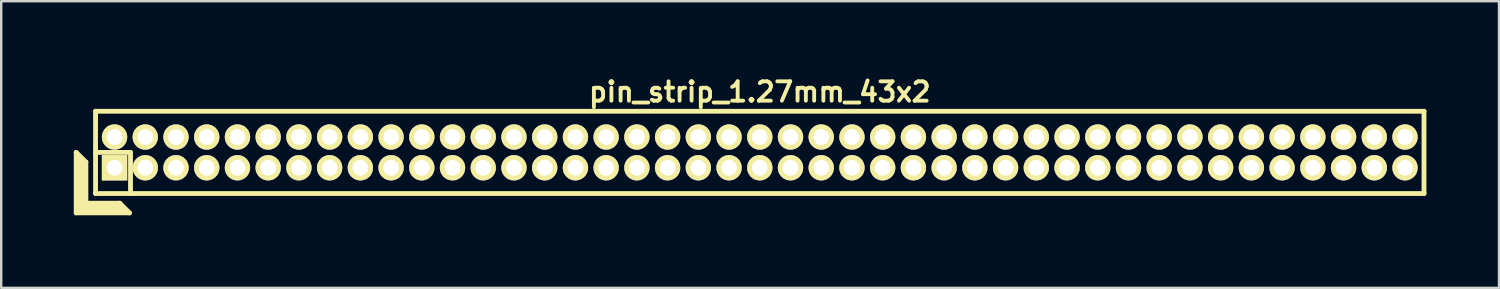
<source format=kicad_pcb>
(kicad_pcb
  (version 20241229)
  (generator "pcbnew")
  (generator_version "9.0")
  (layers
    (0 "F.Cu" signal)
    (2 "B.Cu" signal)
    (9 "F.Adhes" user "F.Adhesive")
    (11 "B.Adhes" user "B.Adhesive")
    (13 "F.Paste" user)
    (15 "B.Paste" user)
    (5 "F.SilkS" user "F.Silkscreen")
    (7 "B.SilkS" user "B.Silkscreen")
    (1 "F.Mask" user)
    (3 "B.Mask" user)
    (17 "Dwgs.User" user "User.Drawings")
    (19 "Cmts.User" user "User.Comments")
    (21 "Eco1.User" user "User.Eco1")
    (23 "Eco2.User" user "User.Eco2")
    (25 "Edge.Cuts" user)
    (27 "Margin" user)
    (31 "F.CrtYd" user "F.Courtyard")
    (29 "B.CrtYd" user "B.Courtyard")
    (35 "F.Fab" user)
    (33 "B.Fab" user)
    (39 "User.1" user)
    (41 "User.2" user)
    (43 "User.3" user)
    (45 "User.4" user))
  (footprint "pin_strip_1.27mm_43x2"
    (layer "F.Cu")
    (at 28.355 3.249)
    (property "Reference" "pin_strip_1.27mm_43x2" (at 0 -2.5 0) (layer "F.SilkS") (effects (font (size 0.8 0.8) (thickness 0.16))))
    (attr through_hole)
    (fp_line (start -28.255 0) (end -28.255 2.5) (stroke (width 0.2) (type solid)) (layer "F.SilkS"))
    (fp_line (start -28.255 0) (end -27.855 0.4) (stroke (width 0.2) (type solid)) (layer "F.SilkS"))
    (fp_line (start -28.255 2.5) (end -26.055 2.5) (stroke (width 0.2) (type solid)) (layer "F.SilkS"))
    (fp_line (start -28.155 2.4) (end -28.155 0.2) (stroke (width 0.2) (type solid)) (layer "F.SilkS"))
    (fp_line (start -28.155 2.4) (end -26.255 2.4) (stroke (width 0.2) (type solid)) (layer "F.SilkS"))
    (fp_line (start -28.055 2.3) (end -28.055 0.3) (stroke (width 0.2) (type solid)) (layer "F.SilkS"))
    (fp_line (start -28.055 2.3) (end -26.355 2.3) (stroke (width 0.2) (type solid)) (layer "F.SilkS"))
    (fp_line (start -27.955 2.2) (end -27.955 0.4) (stroke (width 0.2) (type solid)) (layer "F.SilkS"))
    (fp_line (start -27.955 2.2) (end -26.455 2.2) (stroke (width 0.2) (type solid)) (layer "F.SilkS"))
    (fp_line (start -27.855 2.1) (end -27.855 0.4) (stroke (width 0.2) (type solid)) (layer "F.SilkS"))
    (fp_line (start -27.855 2.1) (end -26.455 2.1) (stroke (width 0.2) (type solid)) (layer "F.SilkS"))
    (fp_line (start -27.46 0) (end -26.01 0) (stroke (width 0.2) (type solid)) (layer "F.SilkS"))
    (fp_line (start -27.455 -1.7) (end 27.455 -1.7) (stroke (width 0.2) (type solid)) (layer "F.SilkS"))
    (fp_line (start -27.455 1.7) (end -27.455 -1.7) (stroke (width 0.2) (type solid)) (layer "F.SilkS"))
    (fp_line (start -26.455 2.1) (end -26.055 2.5) (stroke (width 0.2) (type solid)) (layer "F.SilkS"))
    (fp_line (start -26.01 0) (end -26.01 1.7) (stroke (width 0.2) (type solid)) (layer "F.SilkS"))
    (fp_line (start 27.455 -1.7) (end 27.455 1.7) (stroke (width 0.2) (type solid)) (layer "F.SilkS"))
    (fp_line (start 27.455 1.7) (end -27.455 1.7) (stroke (width 0.2) (type solid)) (layer "F.SilkS"))
    (pad "1" thru_hole rect (at -26.67 0.635) (size 1.05 1.05) (drill 0.65) (layers "*.Cu" "*.Mask" "F.SilkS"))
    (pad "2" thru_hole oval (at -26.67 -0.635) (size 1.05 1.05) (drill 0.65) (layers "*.Cu" "*.Mask" "F.SilkS"))
    (pad "3" thru_hole oval (at -25.4 0.635) (size 1.05 1.05) (drill 0.65) (layers "*.Cu" "*.Mask" "F.SilkS"))
    (pad "4" thru_hole oval (at -25.4 -0.635) (size 1.05 1.05) (drill 0.65) (layers "*.Cu" "*.Mask" "F.SilkS"))
    (pad "5" thru_hole oval (at -24.13 0.635) (size 1.05 1.05) (drill 0.65) (layers "*.Cu" "*.Mask" "F.SilkS"))
    (pad "6" thru_hole oval (at -24.13 -0.635) (size 1.05 1.05) (drill 0.65) (layers "*.Cu" "*.Mask" "F.SilkS"))
    (pad "7" thru_hole oval (at -22.86 0.635) (size 1.05 1.05) (drill 0.65) (layers "*.Cu" "*.Mask" "F.SilkS"))
    (pad "8" thru_hole oval (at -22.86 -0.635) (size 1.05 1.05) (drill 0.65) (layers "*.Cu" "*.Mask" "F.SilkS"))
    (pad "9" thru_hole oval (at -21.59 0.635) (size 1.05 1.05) (drill 0.65) (layers "*.Cu" "*.Mask" "F.SilkS"))
    (pad "10" thru_hole oval (at -21.59 -0.635) (size 1.05 1.05) (drill 0.65) (layers "*.Cu" "*.Mask" "F.SilkS"))
    (pad "11" thru_hole oval (at -20.32 0.635) (size 1.05 1.05) (drill 0.65) (layers "*.Cu" "*.Mask" "F.SilkS"))
    (pad "12" thru_hole oval (at -20.32 -0.635) (size 1.05 1.05) (drill 0.65) (layers "*.Cu" "*.Mask" "F.SilkS"))
    (pad "13" thru_hole oval (at -19.05 0.635) (size 1.05 1.05) (drill 0.65) (layers "*.Cu" "*.Mask" "F.SilkS"))
    (pad "14" thru_hole oval (at -19.05 -0.635) (size 1.05 1.05) (drill 0.65) (layers "*.Cu" "*.Mask" "F.SilkS"))
    (pad "15" thru_hole oval (at -17.78 0.635) (size 1.05 1.05) (drill 0.65) (layers "*.Cu" "*.Mask" "F.SilkS"))
    (pad "16" thru_hole oval (at -17.78 -0.635) (size 1.05 1.05) (drill 0.65) (layers "*.Cu" "*.Mask" "F.SilkS"))
    (pad "17" thru_hole oval (at -16.51 0.635) (size 1.05 1.05) (drill 0.65) (layers "*.Cu" "*.Mask" "F.SilkS"))
    (pad "18" thru_hole oval (at -16.51 -0.635) (size 1.05 1.05) (drill 0.65) (layers "*.Cu" "*.Mask" "F.SilkS"))
    (pad "19" thru_hole oval (at -15.24 0.635) (size 1.05 1.05) (drill 0.65) (layers "*.Cu" "*.Mask" "F.SilkS"))
    (pad "20" thru_hole oval (at -15.24 -0.635) (size 1.05 1.05) (drill 0.65) (layers "*.Cu" "*.Mask" "F.SilkS"))
    (pad "21" thru_hole oval (at -13.97 0.635) (size 1.05 1.05) (drill 0.65) (layers "*.Cu" "*.Mask" "F.SilkS"))
    (pad "22" thru_hole oval (at -13.97 -0.635) (size 1.05 1.05) (drill 0.65) (layers "*.Cu" "*.Mask" "F.SilkS"))
    (pad "23" thru_hole oval (at -12.7 0.635) (size 1.05 1.05) (drill 0.65) (layers "*.Cu" "*.Mask" "F.SilkS"))
    (pad "24" thru_hole oval (at -12.7 -0.635) (size 1.05 1.05) (drill 0.65) (layers "*.Cu" "*.Mask" "F.SilkS"))
    (pad "25" thru_hole oval (at -11.43 0.635) (size 1.05 1.05) (drill 0.65) (layers "*.Cu" "*.Mask" "F.SilkS"))
    (pad "26" thru_hole oval (at -11.43 -0.635) (size 1.05 1.05) (drill 0.65) (layers "*.Cu" "*.Mask" "F.SilkS"))
    (pad "27" thru_hole oval (at -10.16 0.635) (size 1.05 1.05) (drill 0.65) (layers "*.Cu" "*.Mask" "F.SilkS"))
    (pad "28" thru_hole oval (at -10.16 -0.635) (size 1.05 1.05) (drill 0.65) (layers "*.Cu" "*.Mask" "F.SilkS"))
    (pad "29" thru_hole oval (at -8.89 0.635) (size 1.05 1.05) (drill 0.65) (layers "*.Cu" "*.Mask" "F.SilkS"))
    (pad "30" thru_hole oval (at -8.89 -0.635) (size 1.05 1.05) (drill 0.65) (layers "*.Cu" "*.Mask" "F.SilkS"))
    (pad "31" thru_hole oval (at -7.62 0.635) (size 1.05 1.05) (drill 0.65) (layers "*.Cu" "*.Mask" "F.SilkS"))
    (pad "32" thru_hole oval (at -7.62 -0.635) (size 1.05 1.05) (drill 0.65) (layers "*.Cu" "*.Mask" "F.SilkS"))
    (pad "33" thru_hole oval (at -6.35 0.635) (size 1.05 1.05) (drill 0.65) (layers "*.Cu" "*.Mask" "F.SilkS"))
    (pad "34" thru_hole oval (at -6.35 -0.635) (size 1.05 1.05) (drill 0.65) (layers "*.Cu" "*.Mask" "F.SilkS"))
    (pad "35" thru_hole oval (at -5.08 0.635) (size 1.05 1.05) (drill 0.65) (layers "*.Cu" "*.Mask" "F.SilkS"))
    (pad "36" thru_hole oval (at -5.08 -0.635) (size 1.05 1.05) (drill 0.65) (layers "*.Cu" "*.Mask" "F.SilkS"))
    (pad "37" thru_hole oval (at -3.81 0.635) (size 1.05 1.05) (drill 0.65) (layers "*.Cu" "*.Mask" "F.SilkS"))
    (pad "38" thru_hole oval (at -3.81 -0.635) (size 1.05 1.05) (drill 0.65) (layers "*.Cu" "*.Mask" "F.SilkS"))
    (pad "39" thru_hole oval (at -2.54 0.635) (size 1.05 1.05) (drill 0.65) (layers "*.Cu" "*.Mask" "F.SilkS"))
    (pad "40" thru_hole oval (at -2.54 -0.635) (size 1.05 1.05) (drill 0.65) (layers "*.Cu" "*.Mask" "F.SilkS"))
    (pad "41" thru_hole oval (at -1.27 0.635) (size 1.05 1.05) (drill 0.65) (layers "*.Cu" "*.Mask" "F.SilkS"))
    (pad "42" thru_hole oval (at -1.27 -0.635) (size 1.05 1.05) (drill 0.65) (layers "*.Cu" "*.Mask" "F.SilkS"))
    (pad "43" thru_hole oval (at 0 0.635) (size 1.05 1.05) (drill 0.65) (layers "*.Cu" "*.Mask" "F.SilkS"))
    (pad "44" thru_hole oval (at 0 -0.635) (size 1.05 1.05) (drill 0.65) (layers "*.Cu" "*.Mask" "F.SilkS"))
    (pad "45" thru_hole oval (at 1.27 0.635) (size 1.05 1.05) (drill 0.65) (layers "*.Cu" "*.Mask" "F.SilkS"))
    (pad "46" thru_hole oval (at 1.27 -0.635) (size 1.05 1.05) (drill 0.65) (layers "*.Cu" "*.Mask" "F.SilkS"))
    (pad "47" thru_hole oval (at 2.54 0.635) (size 1.05 1.05) (drill 0.65) (layers "*.Cu" "*.Mask" "F.SilkS"))
    (pad "48" thru_hole oval (at 2.54 -0.635) (size 1.05 1.05) (drill 0.65) (layers "*.Cu" "*.Mask" "F.SilkS"))
    (pad "49" thru_hole oval (at 3.81 0.635) (size 1.05 1.05) (drill 0.65) (layers "*.Cu" "*.Mask" "F.SilkS"))
    (pad "50" thru_hole oval (at 3.81 -0.635) (size 1.05 1.05) (drill 0.65) (layers "*.Cu" "*.Mask" "F.SilkS"))
    (pad "51" thru_hole circle (at 5.08 0.635) (size 1.05 1.05) (drill 0.65) (layers "*.Cu" "*.Mask" "F.SilkS"))
    (pad "52" thru_hole oval (at 5.08 -0.635) (size 1.05 1.05) (drill 0.65) (layers "*.Cu" "*.Mask" "F.SilkS"))
    (pad "53" thru_hole oval (at 6.35 0.635) (size 1.05 1.05) (drill 0.65) (layers "*.Cu" "*.Mask" "F.SilkS"))
    (pad "54" thru_hole oval (at 6.35 -0.635) (size 1.05 1.05) (drill 0.65) (layers "*.Cu" "*.Mask" "F.SilkS"))
    (pad "55" thru_hole oval (at 7.62 0.635) (size 1.05 1.05) (drill 0.65) (layers "*.Cu" "*.Mask" "F.SilkS"))
    (pad "56" thru_hole oval (at 7.62 -0.635) (size 1.05 1.05) (drill 0.65) (layers "*.Cu" "*.Mask" "F.SilkS"))
    (pad "57" thru_hole oval (at 8.89 0.635) (size 1.05 1.05) (drill 0.65) (layers "*.Cu" "*.Mask" "F.SilkS"))
    (pad "58" thru_hole oval (at 8.89 -0.635) (size 1.05 1.05) (drill 0.65) (layers "*.Cu" "*.Mask" "F.SilkS"))
    (pad "59" thru_hole oval (at 10.16 0.635) (size 1.05 1.05) (drill 0.65) (layers "*.Cu" "*.Mask" "F.SilkS"))
    (pad "60" thru_hole oval (at 10.16 -0.635) (size 1.05 1.05) (drill 0.65) (layers "*.Cu" "*.Mask" "F.SilkS"))
    (pad "61" thru_hole oval (at 11.43 0.635) (size 1.05 1.05) (drill 0.65) (layers "*.Cu" "*.Mask" "F.SilkS"))
    (pad "62" thru_hole oval (at 11.43 -0.635) (size 1.05 1.05) (drill 0.65) (layers "*.Cu" "*.Mask" "F.SilkS"))
    (pad "63" thru_hole oval (at 12.7 0.635) (size 1.05 1.05) (drill 0.65) (layers "*.Cu" "*.Mask" "F.SilkS"))
    (pad "64" thru_hole oval (at 12.7 -0.635) (size 1.05 1.05) (drill 0.65) (layers "*.Cu" "*.Mask" "F.SilkS"))
    (pad "65" thru_hole oval (at 13.97 0.635) (size 1.05 1.05) (drill 0.65) (layers "*.Cu" "*.Mask" "F.SilkS"))
    (pad "66" thru_hole oval (at 13.97 -0.635) (size 1.05 1.05) (drill 0.65) (layers "*.Cu" "*.Mask" "F.SilkS"))
    (pad "67" thru_hole oval (at 15.24 0.635) (size 1.05 1.05) (drill 0.65) (layers "*.Cu" "*.Mask" "F.SilkS"))
    (pad "68" thru_hole oval (at 15.24 -0.635) (size 1.05 1.05) (drill 0.65) (layers "*.Cu" "*.Mask" "F.SilkS"))
    (pad "69" thru_hole oval (at 16.51 0.635) (size 1.05 1.05) (drill 0.65) (layers "*.Cu" "*.Mask" "F.SilkS"))
    (pad "70" thru_hole oval (at 16.51 -0.635) (size 1.05 1.05) (drill 0.65) (layers "*.Cu" "*.Mask" "F.SilkS"))
    (pad "71" thru_hole oval (at 17.78 0.635) (size 1.05 1.05) (drill 0.65) (layers "*.Cu" "*.Mask" "F.SilkS"))
    (pad "72" thru_hole oval (at 17.78 -0.635) (size 1.05 1.05) (drill 0.65) (layers "*.Cu" "*.Mask" "F.SilkS"))
    (pad "73" thru_hole oval (at 19.05 0.635) (size 1.05 1.05) (drill 0.65) (layers "*.Cu" "*.Mask" "F.SilkS"))
    (pad "74" thru_hole oval (at 19.05 -0.635) (size 1.05 1.05) (drill 0.65) (layers "*.Cu" "*.Mask" "F.SilkS"))
    (pad "75" thru_hole oval (at 20.32 0.635) (size 1.05 1.05) (drill 0.65) (layers "*.Cu" "*.Mask" "F.SilkS"))
    (pad "76" thru_hole oval (at 20.32 -0.635) (size 1.05 1.05) (drill 0.65) (layers "*.Cu" "*.Mask" "F.SilkS"))
    (pad "77" thru_hole oval (at 21.59 0.635) (size 1.05 1.05) (drill 0.65) (layers "*.Cu" "*.Mask" "F.SilkS"))
    (pad "78" thru_hole oval (at 21.59 -0.635) (size 1.05 1.05) (drill 0.65) (layers "*.Cu" "*.Mask" "F.SilkS"))
    (pad "79" thru_hole oval (at 22.86 0.635) (size 1.05 1.05) (drill 0.65) (layers "*.Cu" "*.Mask" "F.SilkS"))
    (pad "80" thru_hole oval (at 22.86 -0.635) (size 1.05 1.05) (drill 0.65) (layers "*.Cu" "*.Mask" "F.SilkS"))
    (pad "81" thru_hole oval (at 24.13 0.635) (size 1.05 1.05) (drill 0.65) (layers "*.Cu" "*.Mask" "F.SilkS"))
    (pad "82" thru_hole oval (at 24.13 -0.635) (size 1.05 1.05) (drill 0.65) (layers "*.Cu" "*.Mask" "F.SilkS"))
    (pad "83" thru_hole oval (at 25.4 0.635) (size 1.05 1.05) (drill 0.65) (layers "*.Cu" "*.Mask" "F.SilkS"))
    (pad "84" thru_hole oval (at 25.4 -0.635) (size 1.05 1.05) (drill 0.65) (layers "*.Cu" "*.Mask" "F.SilkS"))
    (pad "85" thru_hole oval (at 26.67 0.635) (size 1.05 1.05) (drill 0.65) (layers "*.Cu" "*.Mask" "F.SilkS"))
    (pad "86" thru_hole oval (at 26.67 -0.635) (size 1.05 1.05) (drill 0.65) (layers "*.Cu" "*.Mask" "F.SilkS")))
  (gr_rect
    (start -3 -3)
    (end 58.91 8.849)
    (stroke (width 0.1) (type default))
    (fill no)
    (layer "Edge.Cuts")))
</source>
